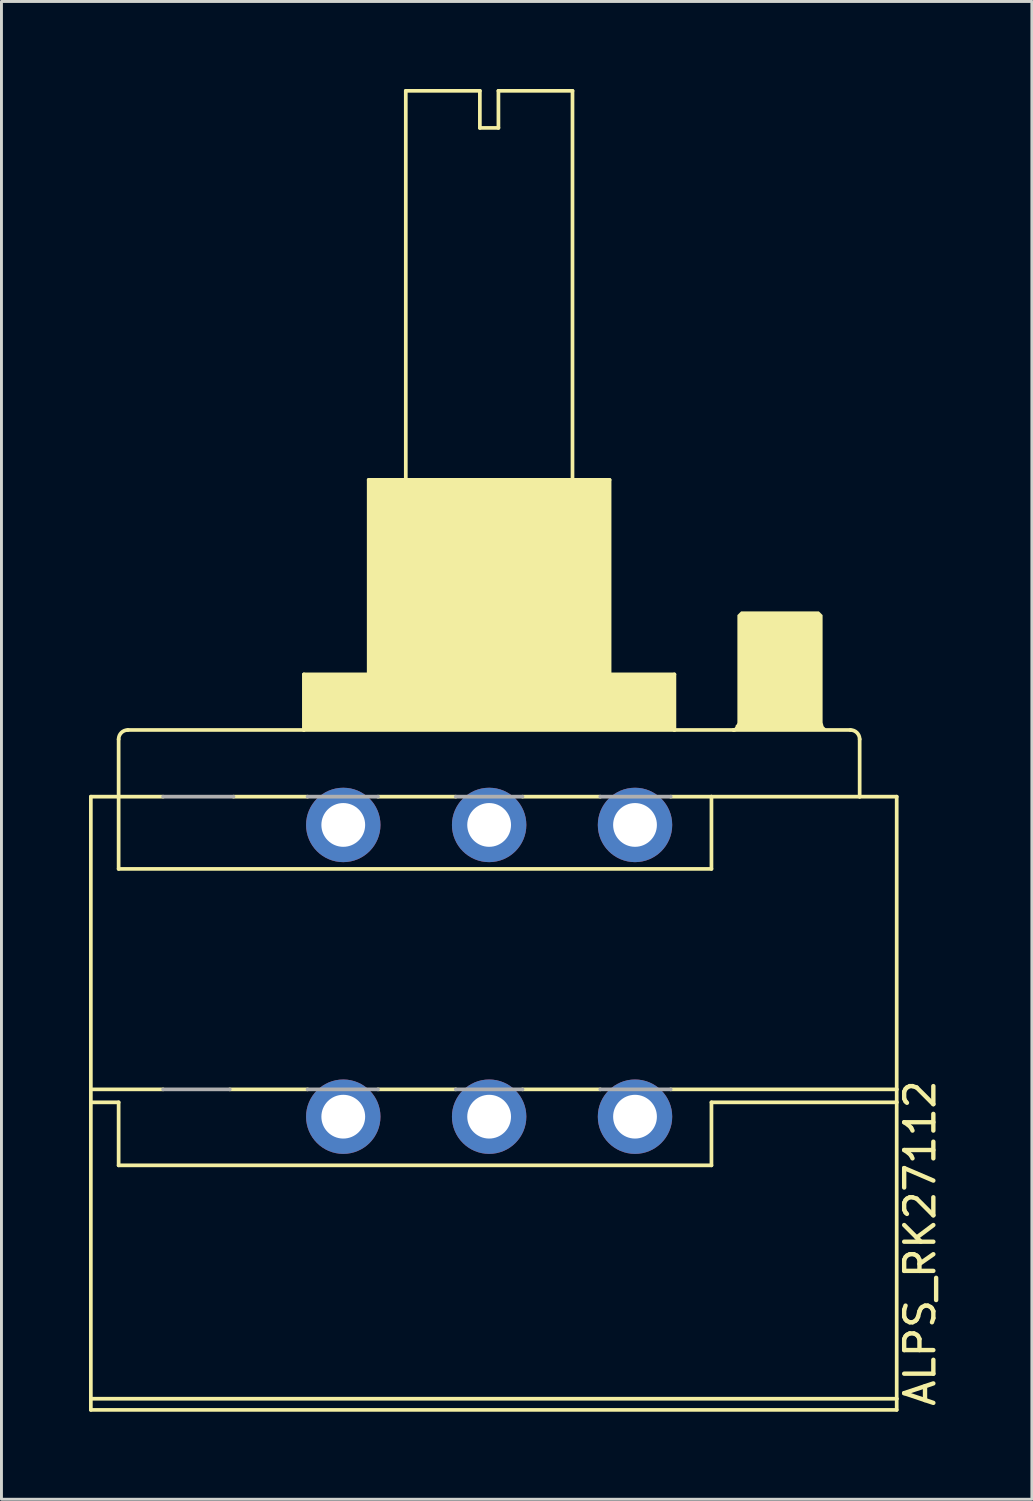
<source format=kicad_pcb>
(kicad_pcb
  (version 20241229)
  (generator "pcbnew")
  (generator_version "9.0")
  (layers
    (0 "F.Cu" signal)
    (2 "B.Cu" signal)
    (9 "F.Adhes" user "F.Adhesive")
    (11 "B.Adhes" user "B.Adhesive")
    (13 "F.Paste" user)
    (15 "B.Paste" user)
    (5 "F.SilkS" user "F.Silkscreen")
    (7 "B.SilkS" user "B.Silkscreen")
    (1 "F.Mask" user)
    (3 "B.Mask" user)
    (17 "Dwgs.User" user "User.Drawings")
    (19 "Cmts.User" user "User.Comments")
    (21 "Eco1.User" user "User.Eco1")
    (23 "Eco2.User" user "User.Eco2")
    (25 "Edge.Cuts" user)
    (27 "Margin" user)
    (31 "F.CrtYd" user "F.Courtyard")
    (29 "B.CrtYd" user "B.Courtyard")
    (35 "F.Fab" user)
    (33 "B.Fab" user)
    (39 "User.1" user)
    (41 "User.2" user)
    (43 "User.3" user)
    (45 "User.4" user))
  (footprint "ALPS_RK27112"
    (layer "F.Cu")
    (at 13.716 30.226)
    (property "Reference" "ALPS_RK27112" (at 15.356 15.003 270) (layer "F.SilkS") (effects (font (size 1 1) (thickness 0.15)) (justify left bottom)))
    (attr through_hole)
    (fp_line (start -13.652 -5.969) (end -12.7 -5.969) (stroke (width 0.127) (type solid)) (layer "F.SilkS"))
    (fp_line (start -13.652 4.508) (end -13.652 -5.969) (stroke (width 0.127) (type solid)) (layer "F.SilkS"))
    (fp_line (start -13.652 14.668) (end -13.652 4.508) (stroke (width 0.127) (type solid)) (layer "F.SilkS"))
    (fp_line (start -13.652 14.668) (end 13.97 14.668) (stroke (width 0.127) (type solid)) (layer "F.SilkS"))
    (fp_line (start -13.652 15.05) (end -13.652 14.668) (stroke (width 0.127) (type solid)) (layer "F.SilkS"))
    (fp_line (start -13.589 4.064) (end -11.176 4.064) (stroke (width 0.127) (type solid)) (layer "F.SilkS"))
    (fp_line (start -12.7 -5.969) (end -12.7 -7.938) (stroke (width 0.127) (type solid)) (layer "F.SilkS"))
    (fp_line (start -12.7 -3.493) (end -12.7 -5.969) (stroke (width 0.127) (type solid)) (layer "F.SilkS"))
    (fp_line (start -12.7 4.508) (end -13.652 4.508) (stroke (width 0.127) (type solid)) (layer "F.SilkS"))
    (fp_line (start -12.7 4.508) (end -12.7 6.668) (stroke (width 0.127) (type solid)) (layer "F.SilkS"))
    (fp_line (start -12.7 6.668) (end 7.62 6.668) (stroke (width 0.127) (type solid)) (layer "F.SilkS"))
    (fp_line (start -12.383 -8.255) (end -6.35 -8.255) (stroke (width 0.127) (type solid)) (layer "F.SilkS"))
    (fp_line (start -11.176 -5.969) (end -12.7 -5.969) (stroke (width 0.127) (type solid)) (layer "F.SilkS"))
    (fp_line (start -8.89 4.064) (end -6.223 4.064) (stroke (width 0.127) (type solid)) (layer "F.SilkS"))
    (fp_line (start -6.35 -10.16) (end -4.128 -10.16) (stroke (width 0.127) (type solid)) (layer "F.SilkS"))
    (fp_line (start -6.35 -8.255) (end -6.35 -10.16) (stroke (width 0.127) (type solid)) (layer "F.SilkS"))
    (fp_line (start -6.35 -8.255) (end 6.35 -8.255) (stroke (width 0.127) (type solid)) (layer "F.SilkS"))
    (fp_line (start -6.223 -5.969) (end -8.763 -5.969) (stroke (width 0.127) (type solid)) (layer "F.SilkS"))
    (fp_line (start -4.128 -16.828) (end -2.857 -16.828) (stroke (width 0.127) (type solid)) (layer "F.SilkS"))
    (fp_line (start -4.128 -10.16) (end -4.128 -16.828) (stroke (width 0.127) (type solid)) (layer "F.SilkS"))
    (fp_line (start -4.128 -10.16) (end 4.128 -10.16) (stroke (width 0.127) (type solid)) (layer "F.SilkS"))
    (fp_line (start -3.81 4.064) (end -1.143 4.064) (stroke (width 0.127) (type solid)) (layer "F.SilkS"))
    (fp_line (start -2.857 -30.163) (end -0.318 -30.163) (stroke (width 0.127) (type solid)) (layer "F.SilkS"))
    (fp_line (start -2.857 -16.828) (end -2.857 -30.163) (stroke (width 0.127) (type solid)) (layer "F.SilkS"))
    (fp_line (start -2.857 -16.828) (end 2.857 -16.828) (stroke (width 0.127) (type solid)) (layer "F.SilkS"))
    (fp_line (start -1.143 -5.969) (end -3.81 -5.969) (stroke (width 0.127) (type solid)) (layer "F.SilkS"))
    (fp_line (start -0.318 -30.163) (end -0.318 -28.892) (stroke (width 0.127) (type solid)) (layer "F.SilkS"))
    (fp_line (start -0.318 -28.892) (end 0.318 -28.892) (stroke (width 0.127) (type solid)) (layer "F.SilkS"))
    (fp_line (start 0.318 -30.163) (end 2.857 -30.163) (stroke (width 0.127) (type solid)) (layer "F.SilkS"))
    (fp_line (start 0.318 -28.892) (end 0.318 -30.163) (stroke (width 0.127) (type solid)) (layer "F.SilkS"))
    (fp_line (start 1.143 4.064) (end 3.81 4.064) (stroke (width 0.127) (type solid)) (layer "F.SilkS"))
    (fp_line (start 2.857 -30.163) (end 2.857 -16.828) (stroke (width 0.127) (type solid)) (layer "F.SilkS"))
    (fp_line (start 2.857 -16.828) (end 4.128 -16.828) (stroke (width 0.127) (type solid)) (layer "F.SilkS"))
    (fp_line (start 3.81 -5.969) (end 1.143 -5.969) (stroke (width 0.127) (type solid)) (layer "F.SilkS"))
    (fp_line (start 4.128 -16.828) (end 4.128 -10.16) (stroke (width 0.127) (type solid)) (layer "F.SilkS"))
    (fp_line (start 4.128 -10.16) (end 6.35 -10.16) (stroke (width 0.127) (type solid)) (layer "F.SilkS"))
    (fp_line (start 6.223 4.064) (end 13.97 4.064) (stroke (width 0.127) (type solid)) (layer "F.SilkS"))
    (fp_line (start 6.35 -10.16) (end 6.35 -8.255) (stroke (width 0.127) (type solid)) (layer "F.SilkS"))
    (fp_line (start 6.35 -8.255) (end 8.382 -8.255) (stroke (width 0.127) (type solid)) (layer "F.SilkS"))
    (fp_line (start 7.62 -5.969) (end 6.223 -5.969) (stroke (width 0.127) (type solid)) (layer "F.SilkS"))
    (fp_line (start 7.62 -5.969) (end 7.62 -3.493) (stroke (width 0.127) (type solid)) (layer "F.SilkS"))
    (fp_line (start 7.62 -5.969) (end 12.7 -5.969) (stroke (width 0.127) (type solid)) (layer "F.SilkS"))
    (fp_line (start 7.62 -3.493) (end -12.7 -3.493) (stroke (width 0.127) (type solid)) (layer "F.SilkS"))
    (fp_line (start 7.62 4.508) (end 13.97 4.508) (stroke (width 0.127) (type solid)) (layer "F.SilkS"))
    (fp_line (start 7.62 6.668) (end 7.62 4.508) (stroke (width 0.127) (type solid)) (layer "F.SilkS"))
    (fp_line (start 8.382 -8.255) (end 12.383 -8.255) (stroke (width 0.127) (type solid)) (layer "F.SilkS"))
    (fp_line (start 12.7 -7.938) (end 12.7 -5.969) (stroke (width 0.127) (type solid)) (layer "F.SilkS"))
    (fp_line (start 12.7 -5.969) (end 13.97 -5.969) (stroke (width 0.127) (type solid)) (layer "F.SilkS"))
    (fp_line (start 13.97 -5.969) (end 13.97 4.064) (stroke (width 0.127) (type solid)) (layer "F.SilkS"))
    (fp_line (start 13.97 4.064) (end 13.97 4.508) (stroke (width 0.127) (type solid)) (layer "F.SilkS"))
    (fp_line (start 13.97 4.508) (end 13.97 14.668) (stroke (width 0.127) (type solid)) (layer "F.SilkS"))
    (fp_line (start 13.97 14.668) (end 13.97 15.05) (stroke (width 0.127) (type solid)) (layer "F.SilkS"))
    (fp_line (start 13.97 15.05) (end -13.652 15.05) (stroke (width 0.127) (type solid)) (layer "F.SilkS"))
    (fp_arc (start -12.7 -7.9375) (mid -12.607006 -8.162006) (end -12.3825 -8.255) (stroke (width 0.127) (type solid)) (layer "F.SilkS"))
    (fp_arc (start 8.509 -8.382) (mid 8.471803 -8.292197) (end 8.382 -8.255) (stroke (width 0.127) (type solid)) (layer "F.SilkS"))
    (fp_arc (start 12.3825 -8.255) (mid 12.607006 -8.162006) (end 12.7 -7.9375) (stroke (width 0.127) (type solid)) (layer "F.SilkS"))
    (fp_poly (pts (xy -6.35 -8.255) (xy 6.35 -8.255) (xy 6.35 -10.16) (xy -6.35 -10.16)) (stroke (width 0) (type solid)) (fill yes) (layer "F.SilkS"))
    (fp_poly (pts (xy -4.128 -10.16) (xy 4.128 -10.16) (xy 4.128 -16.828) (xy -4.128 -16.828)) (stroke (width 0) (type solid)) (fill yes) (layer "F.SilkS"))
    (fp_poly (pts (xy 8.255 -8.255) (xy 8.382 -8.289) (xy 8.475 -8.382) (xy 8.509 -8.509) (xy 8.509 -12.192) (xy 8.636 -12.319) (xy 11.303 -12.319) (xy 11.43 -12.192) (xy 11.43 -8.509) (xy 11.464 -8.382) (xy 11.557 -8.289) (xy 11.684 -8.255)) (stroke (width 0) (type solid)) (fill yes) (layer "F.SilkS"))
    (fp_line (start -11.176 -5.969) (end -8.763 -5.969) (stroke (width 0.127) (type solid)) (layer "F.Fab"))
    (fp_line (start -11.176 4.064) (end -8.89 4.064) (stroke (width 0.127) (type solid)) (layer "F.Fab"))
    (fp_line (start -6.223 -5.969) (end -3.81 -5.969) (stroke (width 0.127) (type solid)) (layer "F.Fab"))
    (fp_line (start -6.223 4.064) (end -3.81 4.064) (stroke (width 0.127) (type solid)) (layer "F.Fab"))
    (fp_line (start -1.143 -5.969) (end 1.143 -5.969) (stroke (width 0.127) (type solid)) (layer "F.Fab"))
    (fp_line (start -1.143 4.064) (end 1.143 4.064) (stroke (width 0.127) (type solid)) (layer "F.Fab"))
    (fp_line (start 3.81 -5.969) (end 6.223 -5.969) (stroke (width 0.127) (type solid)) (layer "F.Fab"))
    (fp_line (start 3.81 4.064) (end 6.223 4.064) (stroke (width 0.127) (type solid)) (layer "F.Fab"))
    (pad "1" thru_hole circle (at 5 -5) (size 2.55 2.55) (drill 1.5) (layers "*.Cu" "*.Mask"))
    (pad "2" thru_hole circle (at 0 -5) (size 2.55 2.55) (drill 1.5) (layers "*.Cu" "*.Mask"))
    (pad "3" thru_hole circle (at -5 -5) (size 2.55 2.55) (drill 1.5) (layers "*.Cu" "*.Mask"))
    (pad "4" thru_hole circle (at 5 5) (size 2.55 2.55) (drill 1.5) (layers "*.Cu" "*.Mask"))
    (pad "5" thru_hole circle (at 0 5) (size 2.55 2.55) (drill 1.5) (layers "*.Cu" "*.Mask" "Eco2.User"))
    (pad "6" thru_hole circle (at -5 5) (size 2.55 2.55) (drill 1.5) (layers "*.Cu" "*.Mask")))
  (gr_rect
    (start -3 -3)
    (end 32.319 48.339)
    (stroke (width 0.1) (type default))
    (fill no)
    (layer "Edge.Cuts")))
</source>
